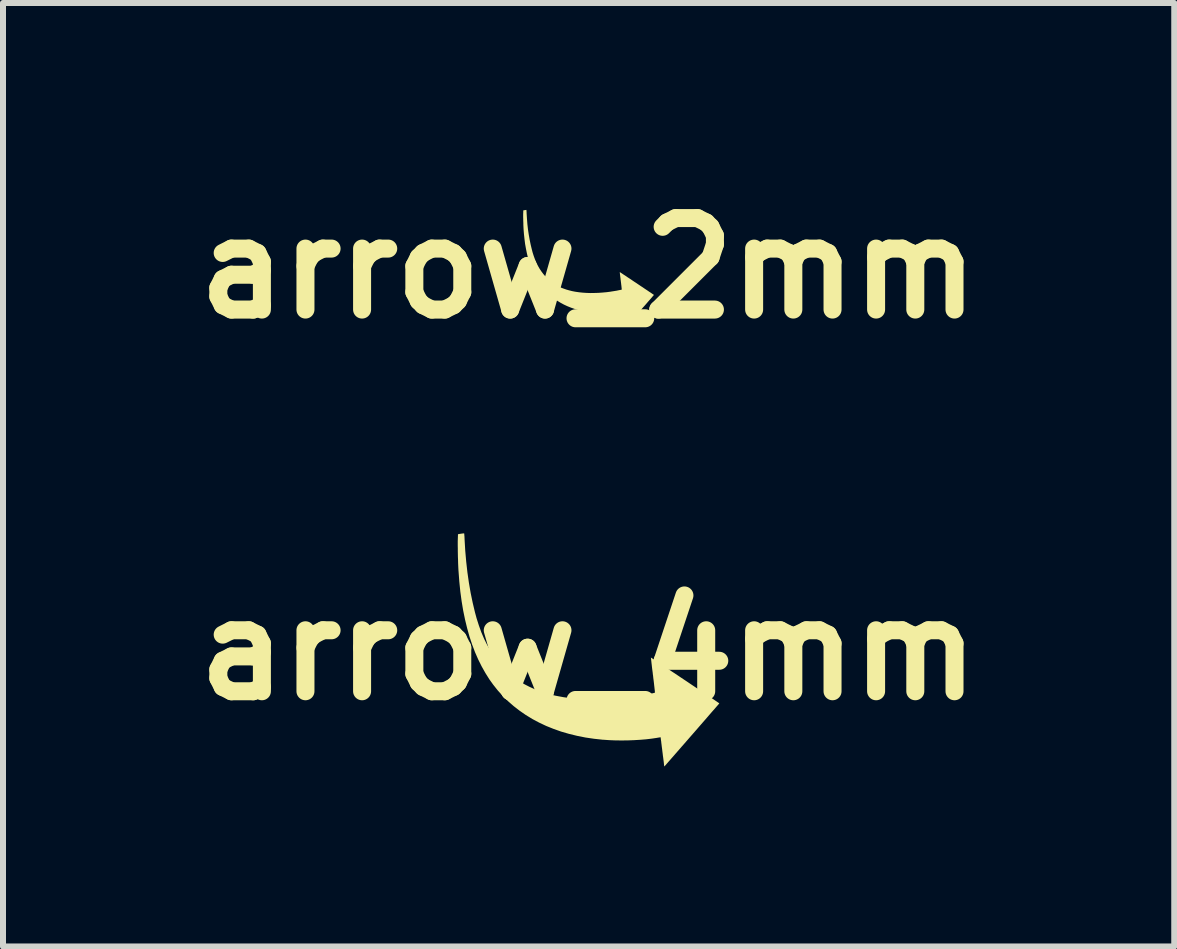
<source format=kicad_pcb>
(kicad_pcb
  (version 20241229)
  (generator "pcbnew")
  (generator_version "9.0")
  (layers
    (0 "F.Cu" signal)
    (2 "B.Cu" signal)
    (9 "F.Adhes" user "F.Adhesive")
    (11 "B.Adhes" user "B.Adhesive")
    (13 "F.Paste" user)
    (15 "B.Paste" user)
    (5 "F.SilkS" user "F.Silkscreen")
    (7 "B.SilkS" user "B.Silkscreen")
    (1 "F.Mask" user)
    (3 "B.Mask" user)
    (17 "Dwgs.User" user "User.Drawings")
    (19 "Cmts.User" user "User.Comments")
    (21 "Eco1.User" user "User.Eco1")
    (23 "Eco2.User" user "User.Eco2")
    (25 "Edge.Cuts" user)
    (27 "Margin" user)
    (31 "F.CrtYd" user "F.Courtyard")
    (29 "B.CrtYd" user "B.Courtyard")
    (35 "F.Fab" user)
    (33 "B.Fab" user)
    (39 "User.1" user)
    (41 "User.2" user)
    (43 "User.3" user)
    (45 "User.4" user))
  (footprint "arrow_2mm"
    (layer "F.Cu")
    (at 6.756 1.418)
    (property "Reference" "arrow_2mm" (at 0 0 0) (layer "F.SilkS") (effects (font (size 1.524 1.524) (thickness 0.3))))
    (attr board_only exclude_from_pos_files exclude_from_bom)
    (fp_poly (pts (xy -1.036 -0.97) (xy -1.036 -0.97) (xy -1.036 -0.968) (xy -1.035 -0.962) (xy -1.035 -0.954) (xy -1.034 -0.944) (xy -1.033 -0.932) (xy -1.033 -0.919) (xy -1.027 -0.826) (xy -1.02 -0.735) (xy -1.01 -0.646) (xy -0.997 -0.559) (xy -0.982 -0.474) (xy -0.965 -0.392) (xy -0.946 -0.313) (xy -0.933 -0.263) (xy -0.914 -0.203) (xy -0.893 -0.146) (xy -0.87 -0.092) (xy -0.845 -0.041) (xy -0.817 0.008) (xy -0.787 0.053) (xy -0.754 0.097) (xy -0.719 0.138) (xy -0.687 0.172) (xy -0.656 0.2) (xy -0.627 0.225) (xy -0.596 0.248) (xy -0.565 0.269) (xy -0.531 0.288) (xy -0.495 0.307) (xy -0.454 0.326) (xy -0.411 0.342) (xy -0.368 0.357) (xy -0.322 0.37) (xy -0.274 0.382) (xy -0.223 0.392) (xy -0.21 0.394) (xy -0.153 0.402) (xy -0.094 0.408) (xy -0.032 0.412) (xy 0.031 0.414) (xy 0.096 0.413) (xy 0.163 0.411) (xy 0.231 0.406) (xy 0.299 0.4) (xy 0.345 0.394) (xy 0.361 0.392) (xy 0.378 0.389) (xy 0.397 0.386) (xy 0.416 0.383) (xy 0.435 0.38) (xy 0.453 0.377) (xy 0.472 0.374) (xy 0.489 0.37) (xy 0.505 0.367) (xy 0.519 0.364) (xy 0.532 0.362) (xy 0.541 0.36) (xy 0.548 0.358) (xy 0.552 0.356) (xy 0.552 0.356) (xy 0.552 0.354) (xy 0.552 0.348) (xy 0.551 0.34) (xy 0.55 0.328) (xy 0.548 0.314) (xy 0.547 0.297) (xy 0.544 0.278) (xy 0.542 0.257) (xy 0.539 0.234) (xy 0.536 0.21) (xy 0.536 0.209) (xy 0.533 0.187) (xy 0.531 0.165) (xy 0.528 0.145) (xy 0.526 0.126) (xy 0.524 0.109) (xy 0.522 0.095) (xy 0.521 0.083) (xy 0.52 0.073) (xy 0.519 0.067) (xy 0.519 0.064) (xy 0.519 0.064) (xy 0.52 0.065) (xy 0.525 0.068) (xy 0.532 0.073) (xy 0.542 0.079) (xy 0.554 0.087) (xy 0.569 0.097) (xy 0.585 0.108) (xy 0.604 0.12) (xy 0.624 0.133) (xy 0.645 0.148) (xy 0.668 0.163) (xy 0.693 0.179) (xy 0.718 0.196) (xy 0.741 0.212) (xy 0.768 0.23) (xy 0.796 0.248) (xy 0.822 0.266) (xy 0.849 0.284) (xy 0.874 0.301) (xy 0.899 0.317) (xy 0.922 0.333) (xy 0.944 0.348) (xy 0.964 0.361) (xy 0.982 0.373) (xy 0.998 0.384) (xy 1.011 0.393) (xy 1.022 0.4) (xy 1.026 0.402) (xy 1.039 0.411) (xy 1.052 0.42) (xy 1.063 0.428) (xy 1.073 0.434) (xy 1.08 0.44) (xy 1.086 0.443) (xy 1.088 0.445) (xy 1.089 0.446) (xy 1.087 0.447) (xy 1.084 0.451) (xy 1.078 0.458) (xy 1.07 0.467) (xy 1.061 0.478) (xy 1.05 0.491) (xy 1.037 0.506) (xy 1.023 0.522) (xy 1.007 0.54) (xy 0.99 0.559) (xy 0.973 0.579) (xy 0.954 0.601) (xy 0.935 0.623) (xy 0.915 0.645) (xy 0.895 0.668) (xy 0.875 0.692) (xy 0.855 0.715) (xy 0.834 0.739) (xy 0.814 0.762) (xy 0.794 0.785) (xy 0.775 0.807) (xy 0.756 0.828) (xy 0.738 0.849) (xy 0.721 0.869) (xy 0.705 0.887) (xy 0.69 0.904) (xy 0.677 0.919) (xy 0.665 0.933) (xy 0.655 0.944) (xy 0.646 0.954) (xy 0.64 0.961) (xy 0.635 0.966) (xy 0.633 0.968) (xy 0.631 0.97) (xy 0.63 0.97) (xy 0.63 0.968) (xy 0.629 0.963) (xy 0.628 0.954) (xy 0.627 0.943) (xy 0.625 0.93) (xy 0.623 0.915) (xy 0.621 0.899) (xy 0.619 0.881) (xy 0.617 0.863) (xy 0.615 0.845) (xy 0.612 0.827) (xy 0.61 0.809) (xy 0.608 0.792) (xy 0.606 0.776) (xy 0.604 0.762) (xy 0.603 0.75) (xy 0.601 0.74) (xy 0.6 0.733) (xy 0.6 0.729) (xy 0.6 0.728) (xy 0.598 0.728) (xy 0.593 0.729) (xy 0.585 0.73) (xy 0.576 0.731) (xy 0.569 0.733) (xy 0.525 0.739) (xy 0.478 0.745) (xy 0.429 0.749) (xy 0.378 0.752) (xy 0.327 0.754) (xy 0.275 0.755) (xy 0.223 0.754) (xy 0.173 0.752) (xy 0.124 0.749) (xy 0.119 0.748) (xy 0.046 0.74) (xy -0.026 0.73) (xy -0.096 0.716) (xy -0.164 0.7) (xy -0.229 0.68) (xy -0.292 0.658) (xy -0.354 0.633) (xy -0.412 0.606) (xy -0.469 0.575) (xy -0.523 0.542) (xy -0.575 0.507) (xy -0.624 0.468) (xy -0.671 0.427) (xy -0.715 0.384) (xy -0.756 0.338) (xy -0.795 0.289) (xy -0.826 0.245) (xy -0.86 0.193) (xy -0.891 0.138) (xy -0.919 0.08) (xy -0.946 0.019) (xy -0.97 -0.044) (xy -0.992 -0.11) (xy -1.012 -0.18) (xy -1.029 -0.252) (xy -1.044 -0.327) (xy -1.058 -0.405) (xy -1.068 -0.485) (xy -1.077 -0.569) (xy -1.084 -0.656) (xy -1.084 -0.662) (xy -1.085 -0.681) (xy -1.086 -0.702) (xy -1.087 -0.725) (xy -1.087 -0.749) (xy -1.088 -0.774) (xy -1.089 -0.799) (xy -1.089 -0.823) (xy -1.09 -0.847) (xy -1.09 -0.869) (xy -1.09 -0.889) (xy -1.09 -0.906) (xy -1.089 -0.92) (xy -1.089 -0.92) (xy -1.088 -0.963) (xy -1.077 -0.965) (xy -1.065 -0.967) (xy -1.054 -0.969) (xy -1.045 -0.97) (xy -1.039 -0.97)) (stroke (width 0) (type solid)) (fill yes) (layer "F.SilkS")))
  (footprint "arrow_4mm"
    (layer "F.Cu")
    (at 6.756 7.777)
    (property "Reference" "arrow_4mm" (at 0 0 0) (layer "F.SilkS") (effects (font (size 1.524 1.524) (thickness 0.3))))
    (attr board_only exclude_from_pos_files exclude_from_bom)
    (fp_poly (pts (xy -2.073 -1.94) (xy -2.073 -1.94) (xy -2.072 -1.935) (xy -2.071 -1.925) (xy -2.07 -1.908) (xy -2.068 -1.888) (xy -2.067 -1.864) (xy -2.066 -1.838) (xy -2.055 -1.652) (xy -2.039 -1.47) (xy -2.019 -1.292) (xy -1.994 -1.118) (xy -1.965 -0.949) (xy -1.931 -0.785) (xy -1.893 -0.626) (xy -1.866 -0.526) (xy -1.828 -0.407) (xy -1.787 -0.293) (xy -1.741 -0.185) (xy -1.69 -0.082) (xy -1.634 0.015) (xy -1.574 0.107) (xy -1.509 0.194) (xy -1.439 0.275) (xy -1.373 0.343) (xy -1.313 0.399) (xy -1.253 0.45) (xy -1.193 0.495) (xy -1.129 0.537) (xy -1.062 0.576) (xy -0.99 0.613) (xy -0.907 0.651) (xy -0.823 0.685) (xy -0.735 0.715) (xy -0.644 0.741) (xy -0.548 0.764) (xy -0.446 0.783) (xy -0.419 0.788) (xy -0.306 0.804) (xy -0.188 0.816) (xy -0.065 0.824) (xy 0.062 0.828) (xy 0.193 0.827) (xy 0.326 0.822) (xy 0.461 0.813) (xy 0.598 0.8) (xy 0.69 0.788) (xy 0.722 0.784) (xy 0.757 0.779) (xy 0.793 0.773) (xy 0.831 0.767) (xy 0.869 0.76) (xy 0.907 0.754) (xy 0.944 0.747) (xy 0.978 0.741) (xy 1.01 0.735) (xy 1.039 0.729) (xy 1.063 0.724) (xy 1.083 0.719) (xy 1.097 0.715) (xy 1.104 0.713) (xy 1.105 0.712) (xy 1.105 0.708) (xy 1.104 0.697) (xy 1.103 0.679) (xy 1.1 0.656) (xy 1.097 0.627) (xy 1.093 0.594) (xy 1.089 0.556) (xy 1.084 0.514) (xy 1.078 0.469) (xy 1.073 0.42) (xy 1.072 0.419) (xy 1.067 0.373) (xy 1.061 0.33) (xy 1.056 0.289) (xy 1.052 0.252) (xy 1.048 0.218) (xy 1.045 0.189) (xy 1.042 0.165) (xy 1.04 0.146) (xy 1.038 0.134) (xy 1.038 0.128) (xy 1.038 0.128) (xy 1.041 0.13) (xy 1.05 0.136) (xy 1.065 0.145) (xy 1.084 0.158) (xy 1.109 0.174) (xy 1.138 0.193) (xy 1.171 0.215) (xy 1.207 0.24) (xy 1.248 0.267) (xy 1.291 0.296) (xy 1.337 0.326) (xy 1.385 0.359) (xy 1.436 0.392) (xy 1.482 0.423) (xy 1.537 0.46) (xy 1.591 0.496) (xy 1.645 0.532) (xy 1.698 0.568) (xy 1.749 0.602) (xy 1.798 0.635) (xy 1.845 0.666) (xy 1.888 0.695) (xy 1.928 0.722) (xy 1.965 0.746) (xy 1.996 0.767) (xy 2.023 0.785) (xy 2.044 0.799) (xy 2.051 0.804) (xy 2.079 0.823) (xy 2.104 0.84) (xy 2.126 0.855) (xy 2.146 0.869) (xy 2.161 0.879) (xy 2.172 0.887) (xy 2.177 0.891) (xy 2.177 0.892) (xy 2.175 0.895) (xy 2.168 0.903) (xy 2.157 0.916) (xy 2.141 0.934) (xy 2.122 0.956) (xy 2.1 0.982) (xy 2.074 1.011) (xy 2.045 1.044) (xy 2.014 1.08) (xy 1.981 1.118) (xy 1.946 1.159) (xy 1.909 1.201) (xy 1.87 1.246) (xy 1.831 1.291) (xy 1.791 1.337) (xy 1.75 1.384) (xy 1.709 1.431) (xy 1.668 1.478) (xy 1.628 1.524) (xy 1.588 1.57) (xy 1.549 1.614) (xy 1.512 1.657) (xy 1.476 1.698) (xy 1.442 1.737) (xy 1.41 1.774) (xy 1.38 1.808) (xy 1.354 1.838) (xy 1.33 1.865) (xy 1.309 1.889) (xy 1.293 1.908) (xy 1.28 1.923) (xy 1.271 1.932) (xy 1.267 1.937) (xy 1.262 1.941) (xy 1.26 1.941) (xy 1.26 1.936) (xy 1.258 1.925) (xy 1.256 1.908) (xy 1.254 1.887) (xy 1.251 1.86) (xy 1.247 1.83) (xy 1.243 1.798) (xy 1.238 1.763) (xy 1.234 1.727) (xy 1.229 1.69) (xy 1.225 1.654) (xy 1.22 1.618) (xy 1.216 1.584) (xy 1.212 1.553) (xy 1.209 1.524) (xy 1.205 1.5) (xy 1.203 1.48) (xy 1.201 1.466) (xy 1.2 1.458) (xy 1.2 1.456) (xy 1.196 1.456) (xy 1.186 1.458) (xy 1.171 1.46) (xy 1.153 1.463) (xy 1.137 1.466) (xy 1.049 1.479) (xy 0.956 1.49) (xy 0.858 1.498) (xy 0.757 1.504) (xy 0.653 1.508) (xy 0.55 1.509) (xy 0.447 1.508) (xy 0.346 1.504) (xy 0.248 1.497) (xy 0.239 1.497) (xy 0.091 1.481) (xy -0.052 1.46) (xy -0.192 1.432) (xy -0.327 1.399) (xy -0.458 1.361) (xy -0.585 1.316) (xy -0.707 1.267) (xy -0.825 1.211) (xy -0.938 1.151) (xy -1.046 1.085) (xy -1.15 1.013) (xy -1.248 0.937) (xy -1.342 0.855) (xy -1.43 0.768) (xy -1.513 0.676) (xy -1.59 0.579) (xy -1.653 0.491) (xy -1.719 0.386) (xy -1.781 0.276) (xy -1.839 0.16) (xy -1.892 0.039) (xy -1.94 -0.088) (xy -1.984 -0.221) (xy -2.023 -0.359) (xy -2.058 -0.503) (xy -2.089 -0.653) (xy -2.115 -0.809) (xy -2.137 -0.971) (xy -2.154 -1.139) (xy -2.167 -1.312) (xy -2.168 -1.323) (xy -2.17 -1.361) (xy -2.172 -1.404) (xy -2.174 -1.45) (xy -2.175 -1.498) (xy -2.177 -1.547) (xy -2.178 -1.597) (xy -2.179 -1.646) (xy -2.179 -1.693) (xy -2.18 -1.737) (xy -2.18 -1.777) (xy -2.18 -1.812) (xy -2.179 -1.84) (xy -2.179 -1.84) (xy -2.176 -1.927) (xy -2.154 -1.931) (xy -2.129 -1.935) (xy -2.108 -1.938) (xy -2.091 -1.94) (xy -2.079 -1.941)) (stroke (width 0) (type solid)) (fill yes) (layer "F.SilkS")))
  (gr_rect
    (start -3 -3)
    (end 16.513 12.718)
    (stroke (width 0.1) (type default))
    (fill no)
    (layer "Edge.Cuts")))
</source>
